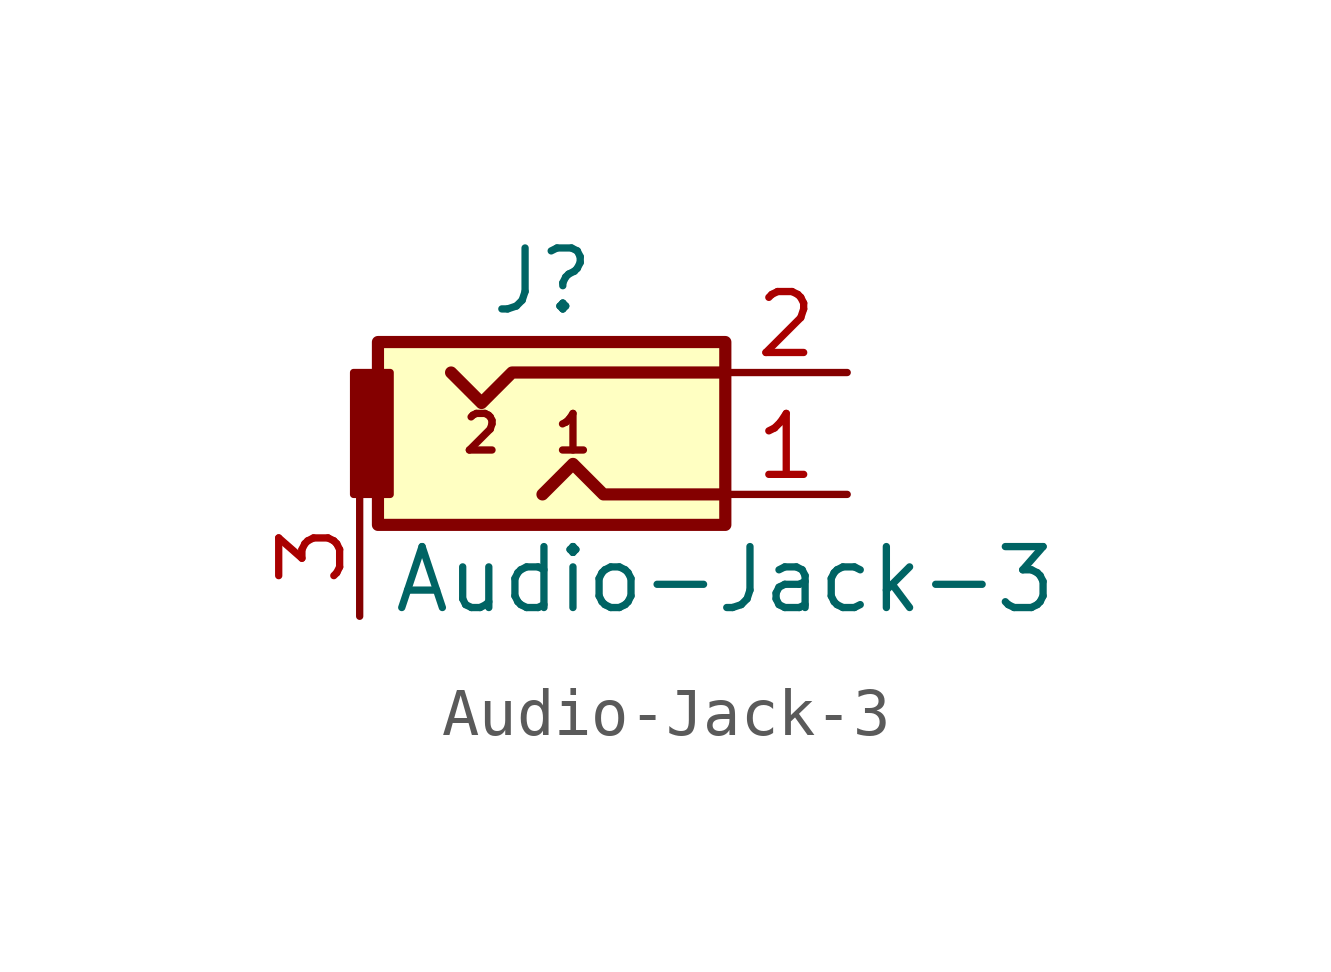
<source format=kicad_sym>
(kicad_symbol_lib
  (version 20220914)
  (generator kicad_symbol_editor)
  (symbol "Audio-Jack-3"
    (pin_names
      (offset 1.016))
    (property "Reference" "J"
      (at -1.27 4.445 0)
      (effects (font (size 1.27 1.27))))
    (property "Value" "Audio-Jack-3"
      (at 2.54 -1.778 0)
      (effects (font (size 1.27 1.27))))
    (symbol "Audio-Jack-3_0_0"
      (text "1" (at -0.635 1.27 0) (effects (font (size 0.762 0.762))))
      (text "2" (at -2.54 1.27 0) (effects (font (size 0.762 0.762)))))
    (symbol "Audio-Jack-3_0_1"
      (rectangle (start -4.699 3.175) (end 2.54 -0.635) (stroke (width 0.254) (type solid)) (fill (type background)))
      (rectangle (start -4.445 0) (end -5.207 2.54) (stroke (width 0) (type solid)) (fill (type outline)))
      (polyline (pts (xy -1.27 0) (xy -0.635 0.635) (xy 0 0) (xy 2.54 0)) (stroke (width 0.254) (type solid)) (fill (type none)))
      (polyline (pts (xy 2.54 2.54) (xy -1.905 2.54) (xy -2.54 1.905) (xy -3.175 2.54)) (stroke (width 0.254) (type solid)) (fill (type none))))
    (symbol "Audio-Jack-3_1_1"
      (pin passive line (at 5.08 0 180) (length 2.54) (name "~" (effects (font (size 1.27 1.27)))) (number "1" (effects (font (size 1.27 1.27)))))
      (pin passive line (at 5.08 2.54 180) (length 2.54) (name "~" (effects (font (size 1.27 1.27)))) (number "2" (effects (font (size 1.27 1.27)))))
      (pin passive line (at -5.08 -2.54 90) (length 2.54) (name "~" (effects (font (size 1.27 1.27)))) (number "3" (effects (font (size 1.27 1.27))))))))
</source>
